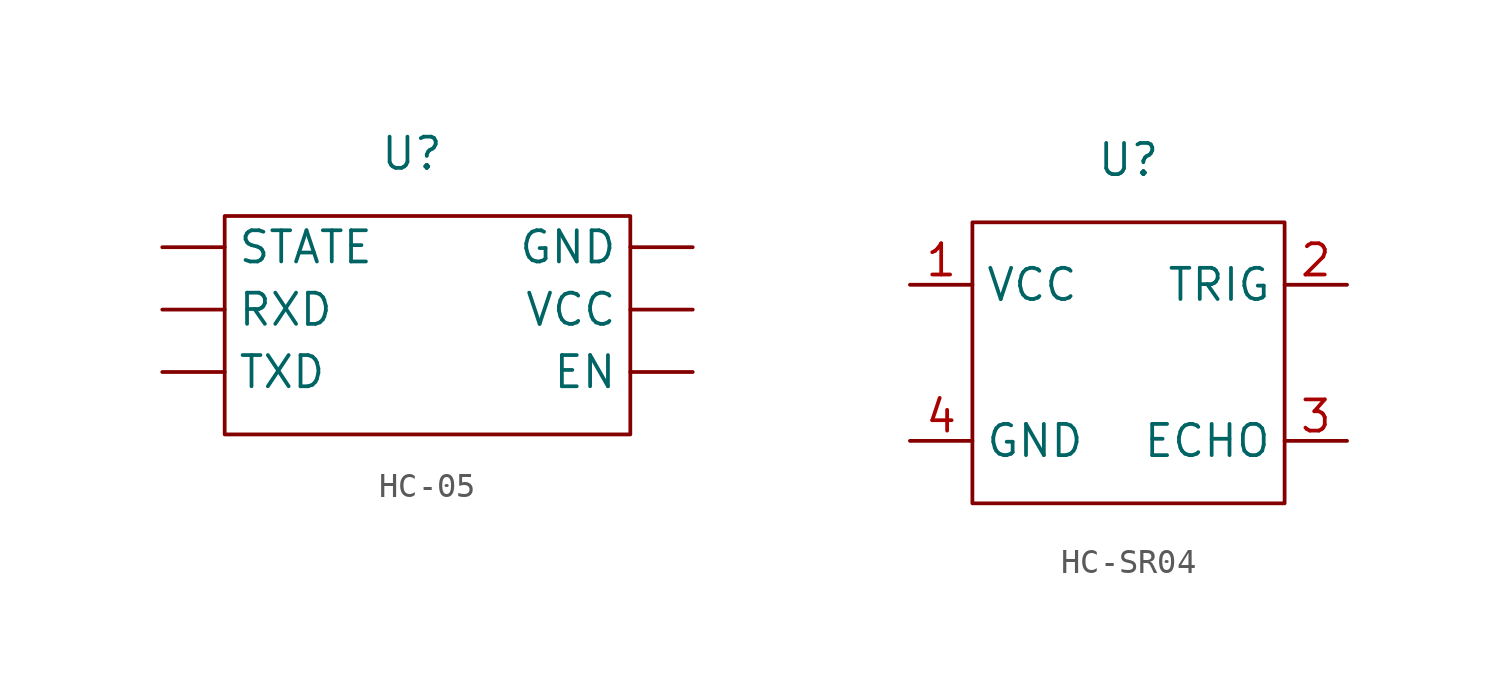
<source format=kicad_sym>
(kicad_symbol_lib
  (version 20220914)
  (generator kicad_symbol_editor)
  (symbol "HC-05"
    (property "Reference" "U"
      (at 0 0 0)
      (effects (font (size 1.27 1.27))))
    (property "Value" ""
      (at 0 0 0)
      (effects (font (size 1.27 1.27))))
    (symbol "HC-05_0_1"
      (rectangle (start -7.62 -2.54) (end 8.89 -11.43) (stroke (width 0) (type default)) (fill (type none))))
    (symbol "HC-05_1_1"
      (pin bidirectional line (at 11.43 -8.89 180) (length 2.54) (name "EN" (effects (font (size 1.27 1.27)))) (number "" (effects (font (size 1.27 1.27)))))
      (pin bidirectional line (at 11.43 -3.81 180) (length 2.54) (name "GND" (effects (font (size 1.27 1.27)))) (number "" (effects (font (size 1.27 1.27)))))
      (pin bidirectional line (at -10.16 -6.35 0) (length 2.54) (name "RXD" (effects (font (size 1.27 1.27)))) (number "" (effects (font (size 1.27 1.27)))))
      (pin bidirectional line (at -10.16 -3.81 0) (length 2.54) (name "STATE" (effects (font (size 1.27 1.27)))) (number "" (effects (font (size 1.27 1.27)))))
      (pin bidirectional line (at -10.16 -8.89 0) (length 2.54) (name "TXD" (effects (font (size 1.27 1.27)))) (number "" (effects (font (size 1.27 1.27)))))
      (pin bidirectional line (at 11.43 -6.35 180) (length 2.54) (name "VCC" (effects (font (size 1.27 1.27)))) (number "" (effects (font (size 1.27 1.27)))))))
  (symbol "HC-SR04"
    (property "Reference" "U"
      (at 0 0 0)
      (effects (font (size 1.27 1.27))))
    (property "Value" ""
      (at 0 0 0)
      (effects (font (size 1.27 1.27))))
    (symbol "HC-SR04_0_1"
      (rectangle (start -6.35 -2.54) (end 6.35 -13.97) (stroke (width 0) (type default)) (fill (type none))))
    (symbol "HC-SR04_1_1"
      (pin bidirectional line (at -8.89 -5.08 0) (length 2.54) (name "VCC" (effects (font (size 1.27 1.27)))) (number "1" (effects (font (size 1.27 1.27)))))
      (pin bidirectional line (at 8.89 -5.08 180) (length 2.54) (name "TRIG" (effects (font (size 1.27 1.27)))) (number "2" (effects (font (size 1.27 1.27)))))
      (pin bidirectional line (at 8.89 -11.43 180) (length 2.54) (name "ECHO" (effects (font (size 1.27 1.27)))) (number "3" (effects (font (size 1.27 1.27)))))
      (pin bidirectional line (at -8.89 -11.43 0) (length 2.54) (name "GND" (effects (font (size 1.27 1.27)))) (number "4" (effects (font (size 1.27 1.27))))))))
</source>
